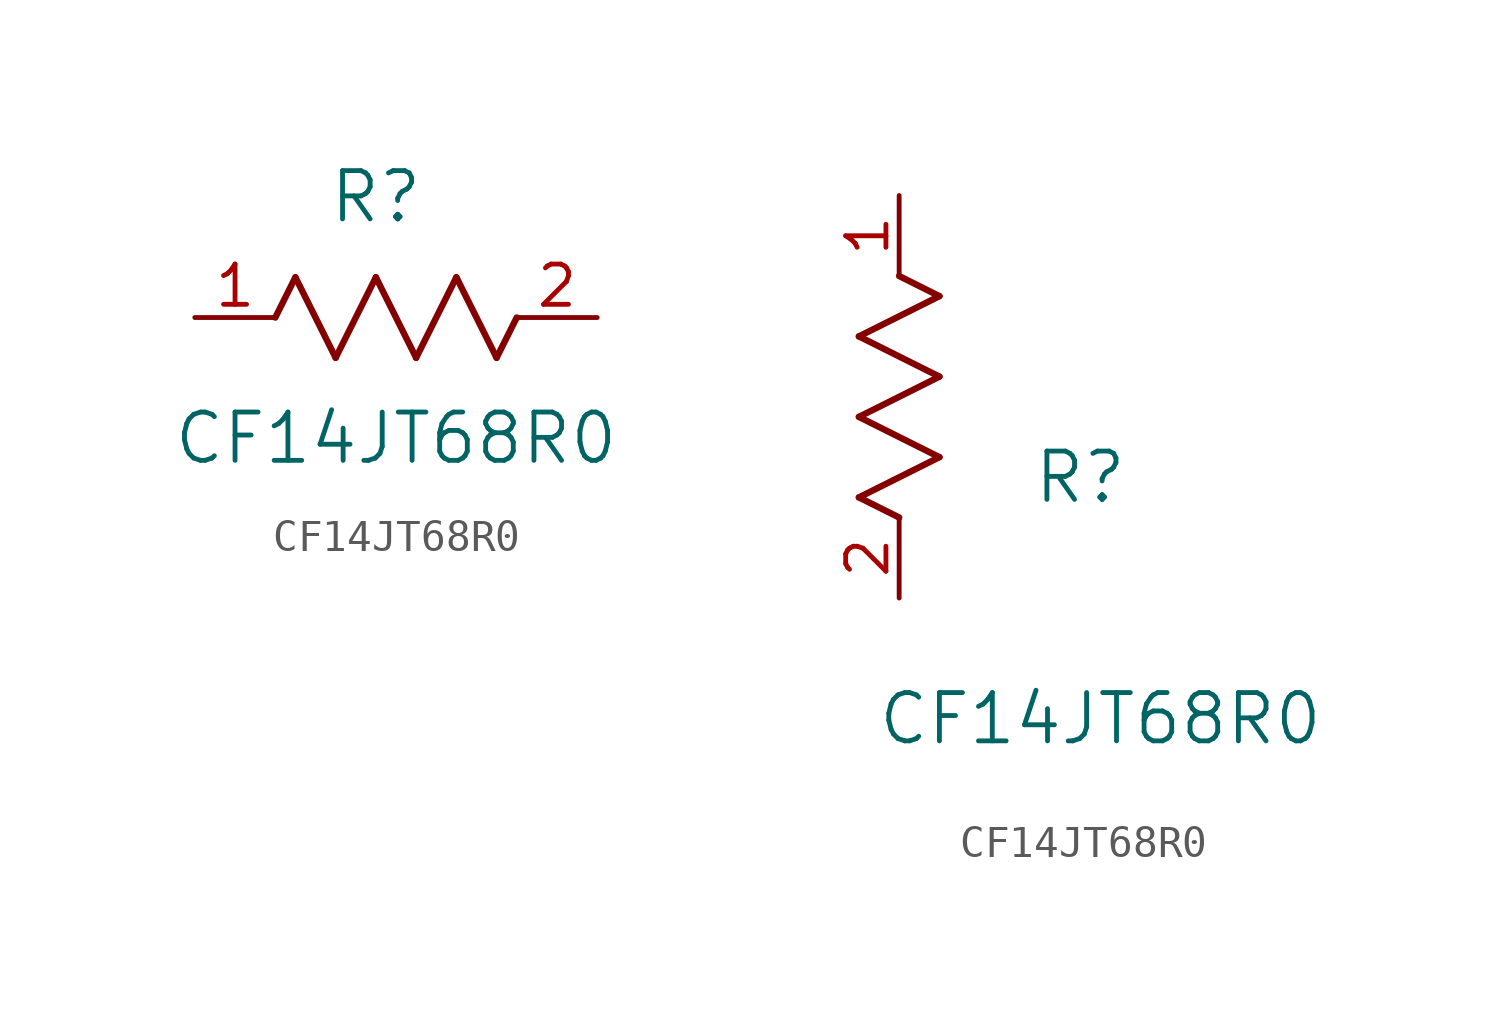
<source format=kicad_sym>
(kicad_symbol_lib
  (version 20211014)
  (generator kicad_symbol_editor)
  (symbol "CF14JT68R0"
    (pin_names
      (offset 0.254))
    (property "Reference" "R"
      (at 5.715 3.81 0)
      (effects (font (size 1.524 1.524))))
    (property "Value" "CF14JT68R0"
      (at 6.35 -3.81 0)
      (effects (font (size 1.524 1.524))))
    (symbol "CF14JT68R0_1_1"
      (polyline (pts (xy 3.175 1.27) (xy 4.445 -1.27)) (stroke (width 0.203) (type default) (color 0 0 0 0)) (fill (type none)))
      (polyline (pts (xy 4.445 -1.27) (xy 5.715 1.27)) (stroke (width 0.203) (type default) (color 0 0 0 0)) (fill (type none)))
      (polyline (pts (xy 5.715 1.27) (xy 6.985 -1.27)) (stroke (width 0.203) (type default) (color 0 0 0 0)) (fill (type none)))
      (polyline (pts (xy 6.985 -1.27) (xy 8.255 1.27)) (stroke (width 0.203) (type default) (color 0 0 0 0)) (fill (type none)))
      (polyline (pts (xy 8.255 1.27) (xy 9.525 -1.27)) (stroke (width 0.203) (type default) (color 0 0 0 0)) (fill (type none)))
      (polyline (pts (xy 2.54 0) (xy 3.175 1.27)) (stroke (width 0.203) (type default) (color 0 0 0 0)) (fill (type none)))
      (polyline (pts (xy 9.525 -1.27) (xy 10.16 0)) (stroke (width 0.203) (type default) (color 0 0 0 0)) (fill (type none)))
      (pin unspecified line (at 0 0 0) (length 2.54) (name "" (effects (font (size 1.27 1.27)))) (number "1" (effects (font (size 1.27 1.27)))))
      (pin unspecified line (at 12.7 0 180) (length 2.54) (name "" (effects (font (size 1.27 1.27)))) (number "2" (effects (font (size 1.27 1.27))))))
    (symbol "CF14JT68R0_1_2"
      (polyline (pts (xy 0 2.54) (xy -1.27 3.175)) (stroke (width 0.203) (type default) (color 0 0 0 0)) (fill (type none)))
      (polyline (pts (xy -1.27 3.175) (xy 1.27 4.445)) (stroke (width 0.203) (type default) (color 0 0 0 0)) (fill (type none)))
      (polyline (pts (xy 1.27 4.445) (xy -1.27 5.715)) (stroke (width 0.203) (type default) (color 0 0 0 0)) (fill (type none)))
      (polyline (pts (xy -1.27 5.715) (xy 1.27 6.985)) (stroke (width 0.203) (type default) (color 0 0 0 0)) (fill (type none)))
      (polyline (pts (xy -1.27 8.255) (xy 1.27 9.525)) (stroke (width 0.203) (type default) (color 0 0 0 0)) (fill (type none)))
      (polyline (pts (xy 1.27 9.525) (xy 0 10.16)) (stroke (width 0.203) (type default) (color 0 0 0 0)) (fill (type none)))
      (polyline (pts (xy 1.27 6.985) (xy -1.27 8.255)) (stroke (width 0.203) (type default) (color 0 0 0 0)) (fill (type none)))
      (pin unspecified line (at 0 12.7 270) (length 2.54) (name "" (effects (font (size 1.27 1.27)))) (number "1" (effects (font (size 1.27 1.27)))))
      (pin unspecified line (at 0 0 90) (length 2.54) (name "" (effects (font (size 1.27 1.27)))) (number "2" (effects (font (size 1.27 1.27))))))))
</source>
